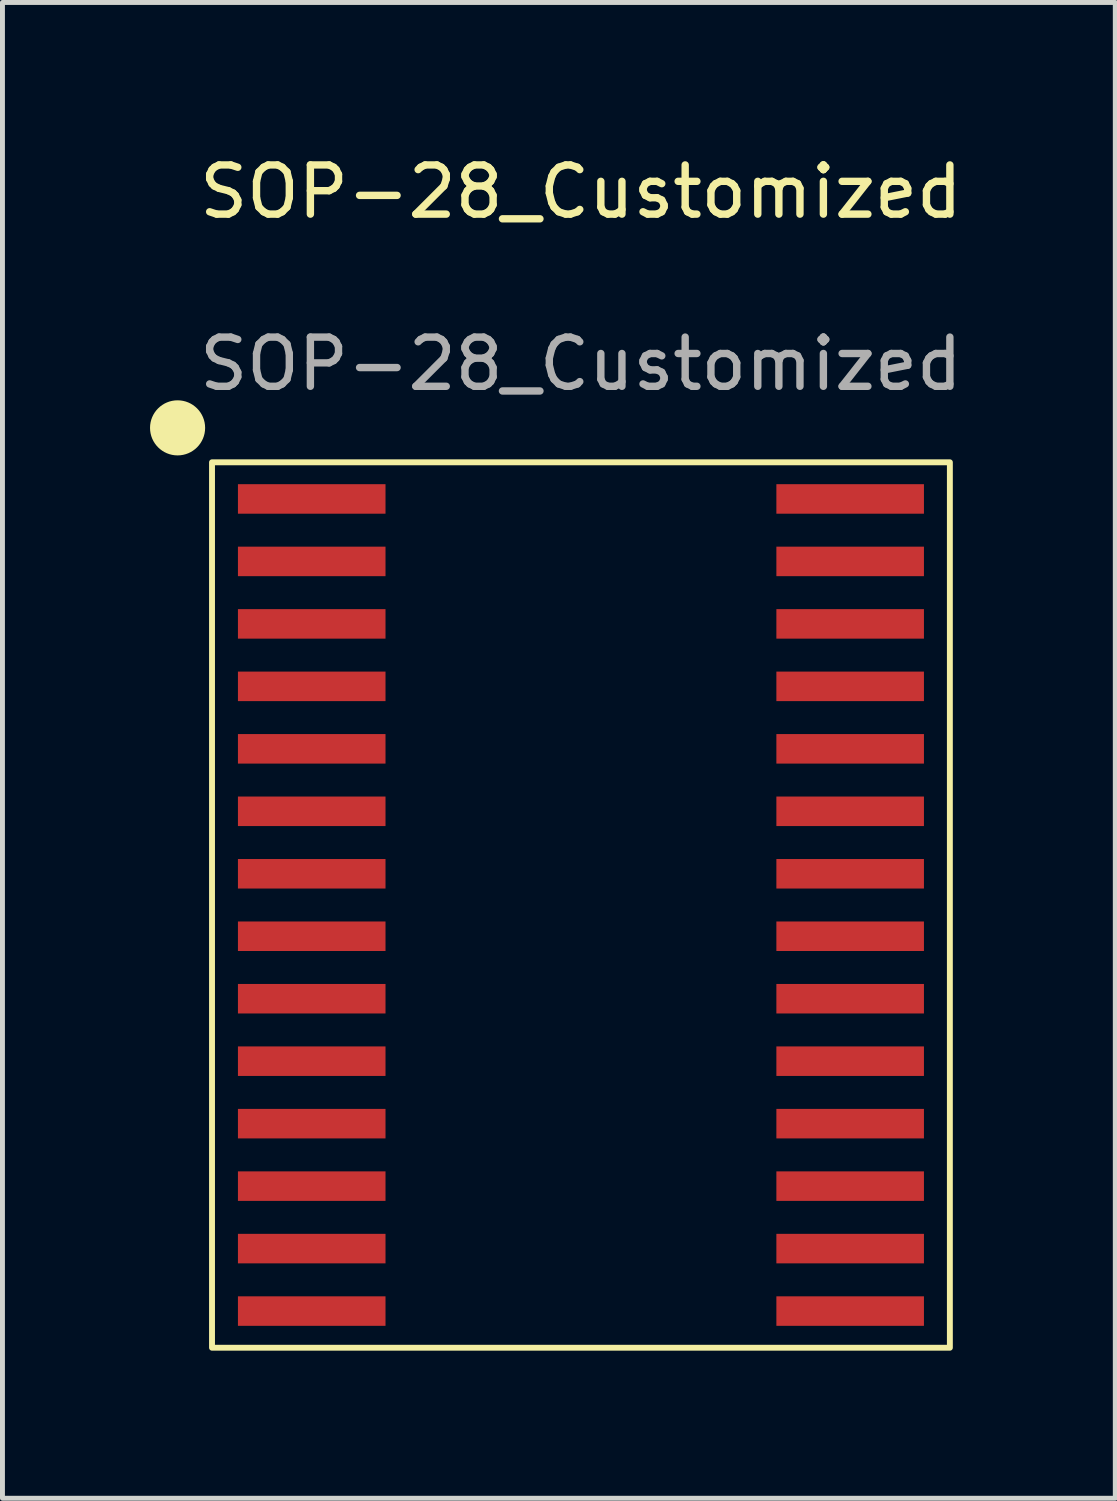
<source format=kicad_pcb>
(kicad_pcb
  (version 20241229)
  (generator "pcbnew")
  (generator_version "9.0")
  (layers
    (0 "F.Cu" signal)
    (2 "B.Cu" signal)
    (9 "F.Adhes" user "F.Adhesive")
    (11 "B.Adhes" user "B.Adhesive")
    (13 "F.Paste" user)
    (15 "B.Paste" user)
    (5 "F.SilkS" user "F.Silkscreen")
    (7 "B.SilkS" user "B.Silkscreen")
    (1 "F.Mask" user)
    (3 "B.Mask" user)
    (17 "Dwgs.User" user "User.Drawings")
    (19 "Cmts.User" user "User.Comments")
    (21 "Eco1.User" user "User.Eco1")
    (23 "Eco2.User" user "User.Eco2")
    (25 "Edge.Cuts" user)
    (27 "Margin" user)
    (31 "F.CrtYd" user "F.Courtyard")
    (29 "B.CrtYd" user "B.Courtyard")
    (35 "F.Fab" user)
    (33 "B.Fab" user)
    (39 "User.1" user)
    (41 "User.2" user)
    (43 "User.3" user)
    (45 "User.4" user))
  (footprint "SOP-28_Customized"
    (layer "F.Cu")
    (at 8.76 15.348)
    (property "Reference" "SOP-28_Customized" (at 0 -14.5 0) (unlocked yes) (layer "F.SilkS") (effects (font (size 1 1) (thickness 0.15))))
    (attr smd)
    (fp_rect (start -7.5 -9) (end 7.5 9) (stroke (width 0.12) (type default)) (fill no) (layer "F.SilkS"))
    (fp_circle (center -8.2 -9.7) (end -7.7 -9.7) (stroke (width 0.12) (type solid)) (fill yes) (layer "F.SilkS"))
    (fp_text user "${REFERENCE}" (at 0 -11 0) (unlocked yes) (layer "F.Fab") (effects (font (size 1 1) (thickness 0.15))))
    (pad "1" smd rect (at -5.473 -8.255) (size 3 0.6) (layers "F.Cu" "F.Mask" "F.Paste"))
    (pad "2" smd rect (at -5.473 -6.985) (size 3 0.6) (layers "F.Cu" "F.Mask" "F.Paste"))
    (pad "3" smd rect (at -5.473 -5.715) (size 3 0.6) (layers "F.Cu" "F.Mask" "F.Paste"))
    (pad "4" smd rect (at -5.473 -4.445) (size 3 0.6) (layers "F.Cu" "F.Mask" "F.Paste"))
    (pad "5" smd rect (at -5.473 -3.175) (size 3 0.6) (layers "F.Cu" "F.Mask" "F.Paste"))
    (pad "6" smd rect (at -5.473 -1.905) (size 3 0.6) (layers "F.Cu" "F.Mask" "F.Paste"))
    (pad "7" smd rect (at -5.473 -0.635) (size 3 0.6) (layers "F.Cu" "F.Mask" "F.Paste"))
    (pad "8" smd rect (at -5.473 0.635) (size 3 0.6) (layers "F.Cu" "F.Mask" "F.Paste"))
    (pad "9" smd rect (at -5.473 1.905) (size 3 0.6) (layers "F.Cu" "F.Mask" "F.Paste"))
    (pad "10" smd rect (at -5.473 3.175) (size 3 0.6) (layers "F.Cu" "F.Mask" "F.Paste"))
    (pad "11" smd rect (at -5.473 4.445) (size 3 0.6) (layers "F.Cu" "F.Mask" "F.Paste"))
    (pad "12" smd rect (at -5.473 5.715) (size 3 0.6) (layers "F.Cu" "F.Mask" "F.Paste"))
    (pad "13" smd rect (at -5.473 6.985) (size 3 0.6) (layers "F.Cu" "F.Mask" "F.Paste"))
    (pad "14" smd rect (at -5.473 8.255) (size 3 0.6) (layers "F.Cu" "F.Mask" "F.Paste"))
    (pad "15" smd rect (at 5.473 8.255) (size 3 0.6) (layers "F.Cu" "F.Mask" "F.Paste"))
    (pad "16" smd rect (at 5.473 6.985) (size 3 0.6) (layers "F.Cu" "F.Mask" "F.Paste"))
    (pad "17" smd rect (at 5.473 5.715) (size 3 0.6) (layers "F.Cu" "F.Mask" "F.Paste"))
    (pad "18" smd rect (at 5.473 4.445) (size 3 0.6) (layers "F.Cu" "F.Mask" "F.Paste"))
    (pad "19" smd rect (at 5.473 3.175) (size 3 0.6) (layers "F.Cu" "F.Mask" "F.Paste"))
    (pad "20" smd rect (at 5.473 1.905) (size 3 0.6) (layers "F.Cu" "F.Mask" "F.Paste"))
    (pad "21" smd rect (at 5.473 0.635) (size 3 0.6) (layers "F.Cu" "F.Mask" "F.Paste"))
    (pad "22" smd rect (at 5.473 -0.635) (size 3 0.6) (layers "F.Cu" "F.Mask" "F.Paste"))
    (pad "23" smd rect (at 5.473 -1.905) (size 3 0.6) (layers "F.Cu" "F.Mask" "F.Paste"))
    (pad "24" smd rect (at 5.473 -3.175) (size 3 0.6) (layers "F.Cu" "F.Mask" "F.Paste"))
    (pad "25" smd rect (at 5.473 -4.445) (size 3 0.6) (layers "F.Cu" "F.Mask" "F.Paste"))
    (pad "26" smd rect (at 5.473 -5.715) (size 3 0.6) (layers "F.Cu" "F.Mask" "F.Paste"))
    (pad "27" smd rect (at 5.473 -6.985) (size 3 0.6) (layers "F.Cu" "F.Mask" "F.Paste"))
    (pad "28" smd rect (at 5.473 -8.255) (size 3 0.6) (layers "F.Cu" "F.Mask" "F.Paste")))
  (gr_rect
    (start -3 -3)
    (end 19.623 27.408)
    (stroke (width 0.1) (type default))
    (fill no)
    (layer "Edge.Cuts")))
</source>
